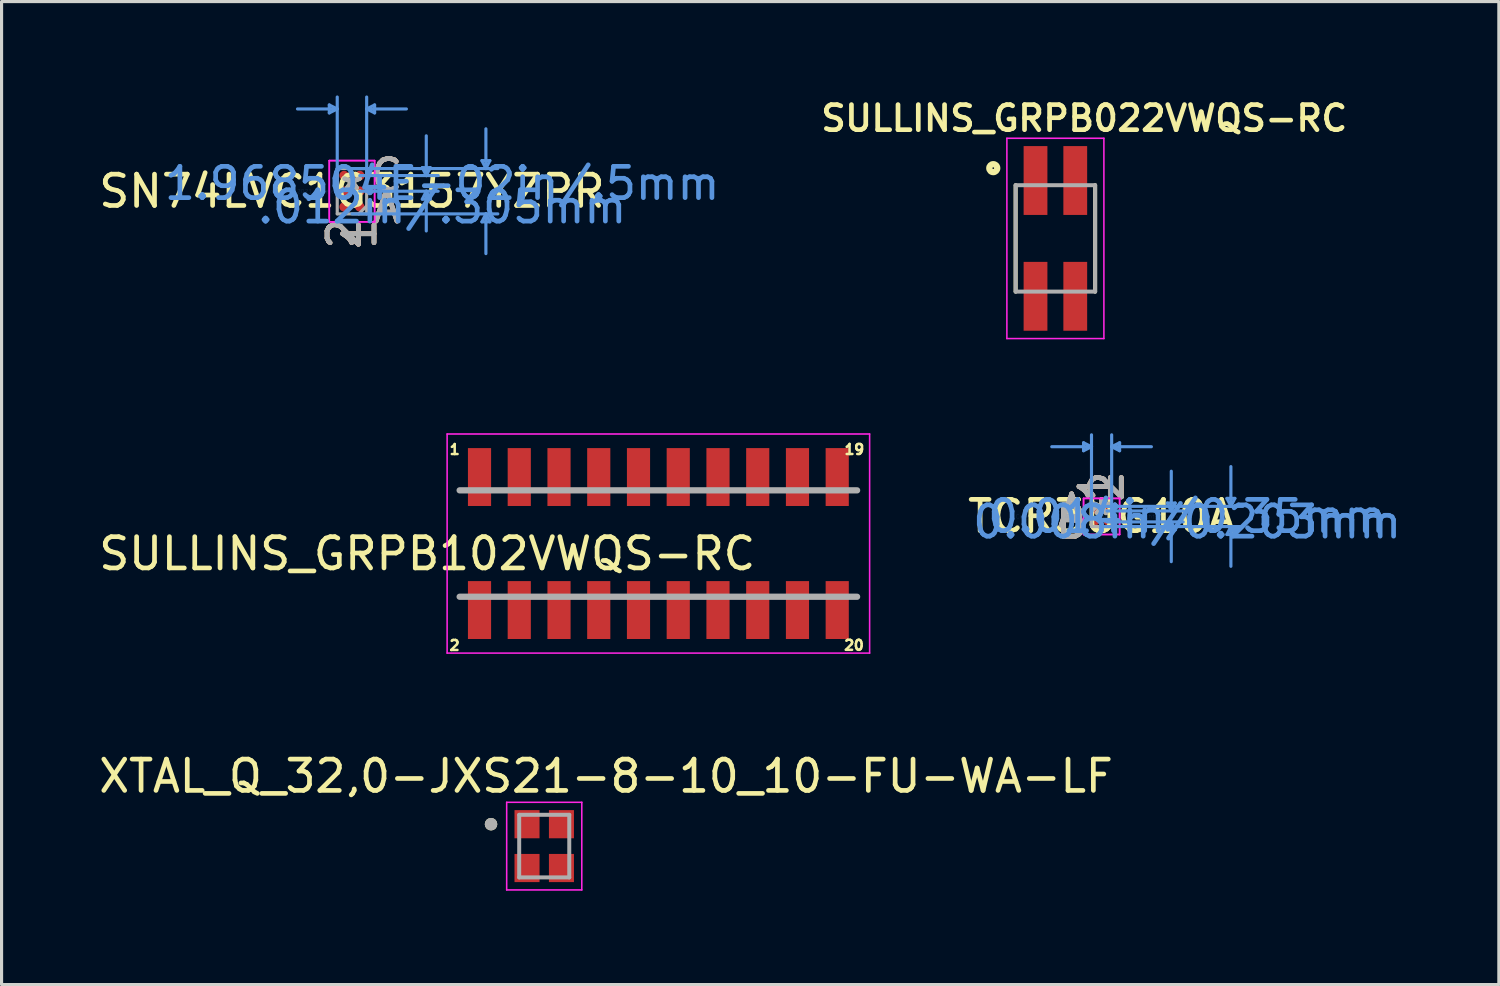
<source format=kicad_pcb>
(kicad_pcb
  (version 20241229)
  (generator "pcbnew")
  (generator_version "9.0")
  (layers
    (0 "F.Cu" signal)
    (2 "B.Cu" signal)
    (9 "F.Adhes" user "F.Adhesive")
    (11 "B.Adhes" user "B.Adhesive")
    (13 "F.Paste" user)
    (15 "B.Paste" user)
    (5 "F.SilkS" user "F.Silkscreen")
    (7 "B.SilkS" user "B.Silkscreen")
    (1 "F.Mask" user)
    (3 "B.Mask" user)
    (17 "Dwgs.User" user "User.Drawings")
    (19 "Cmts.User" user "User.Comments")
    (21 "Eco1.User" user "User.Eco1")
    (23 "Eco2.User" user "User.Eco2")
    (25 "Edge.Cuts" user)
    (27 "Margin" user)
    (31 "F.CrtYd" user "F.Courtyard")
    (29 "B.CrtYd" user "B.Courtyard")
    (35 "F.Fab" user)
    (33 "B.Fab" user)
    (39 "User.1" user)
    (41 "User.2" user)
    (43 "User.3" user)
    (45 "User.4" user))
  (footprint "SN74LVC1G3157YZPR"
    (layer "F.Cu")
    (at 8.196 3.06)
    (property "Reference" "SN74LVC1G3157YZPR" (at 0 0 0) (layer "F.SilkS") (effects (font (size 1 1) (thickness 0.15))))
    (attr through_hole)
    (fp_line (start -0.724 -2.756) (end -0.724 -2.502) (stroke (width 0.1) (type solid)) (layer "Cmts.User"))
    (fp_line (start -0.47 -2.629) (end -1.74 -2.629) (stroke (width 0.1) (type solid)) (layer "Cmts.User"))
    (fp_line (start -0.47 -2.629) (end -0.724 -2.756) (stroke (width 0.1) (type solid)) (layer "Cmts.User"))
    (fp_line (start -0.47 -2.629) (end -0.724 -2.502) (stroke (width 0.1) (type solid)) (layer "Cmts.User"))
    (fp_line (start -0.47 0) (end -0.47 -3.01) (stroke (width 0.1) (type solid)) (layer "Cmts.User"))
    (fp_line (start 0 -0.724) (end 4.661 -0.724) (stroke (width 0.1) (type solid)) (layer "Cmts.User"))
    (fp_line (start 0 0.724) (end 4.661 0.724) (stroke (width 0.1) (type solid)) (layer "Cmts.User"))
    (fp_line (start 0.25 -0.5) (end 2.756 -0.5) (stroke (width 0.1) (type solid)) (layer "Cmts.User"))
    (fp_line (start 0.25 0) (end 2.756 0) (stroke (width 0.1) (type solid)) (layer "Cmts.User"))
    (fp_line (start 0.47 -2.629) (end 0.724 -2.756) (stroke (width 0.1) (type solid)) (layer "Cmts.User"))
    (fp_line (start 0.47 -2.629) (end 0.724 -2.502) (stroke (width 0.1) (type solid)) (layer "Cmts.User"))
    (fp_line (start 0.47 -2.629) (end 1.74 -2.629) (stroke (width 0.1) (type solid)) (layer "Cmts.User"))
    (fp_line (start 0.47 0) (end 0.47 -3.01) (stroke (width 0.1) (type solid)) (layer "Cmts.User"))
    (fp_line (start 0.724 -2.756) (end 0.724 -2.502) (stroke (width 0.1) (type solid)) (layer "Cmts.User"))
    (fp_line (start 2.248 -0.754) (end 2.502 -0.754) (stroke (width 0.1) (type solid)) (layer "Cmts.User"))
    (fp_line (start 2.248 0.254) (end 2.502 0.254) (stroke (width 0.1) (type solid)) (layer "Cmts.User"))
    (fp_line (start 2.375 -0.5) (end 2.248 -0.754) (stroke (width 0.1) (type solid)) (layer "Cmts.User"))
    (fp_line (start 2.375 -0.5) (end 2.375 -1.77) (stroke (width 0.1) (type solid)) (layer "Cmts.User"))
    (fp_line (start 2.375 -0.5) (end 2.502 -0.754) (stroke (width 0.1) (type solid)) (layer "Cmts.User"))
    (fp_line (start 2.375 0) (end 2.248 0.254) (stroke (width 0.1) (type solid)) (layer "Cmts.User"))
    (fp_line (start 2.375 0) (end 2.375 1.27) (stroke (width 0.1) (type solid)) (layer "Cmts.User"))
    (fp_line (start 2.375 0) (end 2.502 0.254) (stroke (width 0.1) (type solid)) (layer "Cmts.User"))
    (fp_line (start 4.153 -0.978) (end 4.407 -0.978) (stroke (width 0.1) (type solid)) (layer "Cmts.User"))
    (fp_line (start 4.153 0.978) (end 4.407 0.978) (stroke (width 0.1) (type solid)) (layer "Cmts.User"))
    (fp_line (start 4.28 -0.724) (end 4.153 -0.978) (stroke (width 0.1) (type solid)) (layer "Cmts.User"))
    (fp_line (start 4.28 -0.724) (end 4.28 -1.994) (stroke (width 0.1) (type solid)) (layer "Cmts.User"))
    (fp_line (start 4.28 -0.724) (end 4.407 -0.978) (stroke (width 0.1) (type solid)) (layer "Cmts.User"))
    (fp_line (start 4.28 0.724) (end 4.153 0.978) (stroke (width 0.1) (type solid)) (layer "Cmts.User"))
    (fp_line (start 4.28 0.724) (end 4.28 1.994) (stroke (width 0.1) (type solid)) (layer "Cmts.User"))
    (fp_line (start 4.28 0.724) (end 4.407 0.978) (stroke (width 0.1) (type solid)) (layer "Cmts.User"))
    (fp_line (start -0.724 -0.978) (end 0.724 -0.978) (stroke (width 0.05) (type solid)) (layer "F.CrtYd"))
    (fp_line (start -0.724 -0.978) (end 0.724 -0.978) (stroke (width 0.05) (type solid)) (layer "F.CrtYd"))
    (fp_line (start -0.724 0.978) (end -0.724 -0.978) (stroke (width 0.05) (type solid)) (layer "F.CrtYd"))
    (fp_line (start -0.724 0.978) (end -0.724 -0.978) (stroke (width 0.05) (type solid)) (layer "F.CrtYd"))
    (fp_line (start 0.724 -0.978) (end 0.724 0.978) (stroke (width 0.05) (type solid)) (layer "F.CrtYd"))
    (fp_line (start 0.724 -0.978) (end 0.724 0.978) (stroke (width 0.05) (type solid)) (layer "F.CrtYd"))
    (fp_line (start 0.724 0.978) (end -0.724 0.978) (stroke (width 0.05) (type solid)) (layer "F.CrtYd"))
    (fp_line (start 0.724 0.978) (end -0.724 0.978) (stroke (width 0.05) (type solid)) (layer "F.CrtYd"))
    (fp_line (start -0.47 -0.724) (end -0.47 0.724) (stroke (width 0.1) (type solid)) (layer "F.Fab"))
    (fp_line (start -0.47 0.724) (end 0.47 0.724) (stroke (width 0.1) (type solid)) (layer "F.Fab"))
    (fp_line (start 0.22 0.724) (end 0.47 0.474) (stroke (width 0.1) (type solid)) (layer "F.Fab"))
    (fp_line (start 0.47 -0.724) (end -0.47 -0.724) (stroke (width 0.1) (type solid)) (layer "F.Fab"))
    (fp_line (start 0.47 0.724) (end 0.47 -0.724) (stroke (width 0.1) (type solid)) (layer "F.Fab"))
    (fp_text user "1" (at 0.25 1.359 90) (layer "F.SilkS") (effects (font (size 1 1) (thickness 0.15))))
    (fp_text user "A" (at 1.105 0.5 0) (layer "F.SilkS") (effects (font (size 1 1) (thickness 0.15))))
    (fp_text user "2" (at -0.25 1.359 90) (layer "F.SilkS") (effects (font (size 1 1) (thickness 0.15))))
    (fp_text user "*" (at 0 0 0) (layer "F.SilkS") (effects (font (size 1 1) (thickness 0.15))))
    (fp_text user "C" (at 1.105 -0.5 0) (layer "F.SilkS") (effects (font (size 1 1) (thickness 0.15))))
    (fp_text user "1" (at 0.25 1.359 90) (layer "B.SilkS") (effects (font (size 1 1) (thickness 0.15))))
    (fp_text user "C" (at 1.105 -0.5 0) (layer "B.SilkS") (effects (font (size 1 1) (thickness 0.15))))
    (fp_text user "A" (at 1.105 0.5 0) (layer "B.SilkS") (effects (font (size 1 1) (thickness 0.15))))
    (fp_text user "2" (at -0.25 1.359 90) (layer "B.SilkS") (effects (font (size 1 1) (thickness 0.15))))
    (fp_text user ".012in/.305mm" (at 2.883 0.5 0) (layer "Cmts.User") (effects (font (size 1 1) (thickness 0.15))))
    (fp_text user "Copyright 2021 Accelerated Designs. All rights reserved." (at 0 0 0) (layer "Cmts.User") (effects (font (size 0.127 0.127) (thickness 0.002))))
    (fp_text user "1.968504E-02in/.5mm" (at 2.883 -0.25 0) (layer "Cmts.User") (effects (font (size 1 1) (thickness 0.15))))
    (fp_text user "1" (at 0.25 1.359 90) (layer "F.Fab") (effects (font (size 1 1) (thickness 0.15))))
    (fp_text user "2" (at -0.25 1.359 90) (layer "F.Fab") (effects (font (size 1 1) (thickness 0.15))))
    (fp_text user "A" (at 1.105 0.5 0) (layer "F.Fab") (effects (font (size 1 1) (thickness 0.15))))
    (fp_text user "C" (at 1.105 -0.5 0) (layer "F.Fab") (effects (font (size 1 1) (thickness 0.15))))
    (fp_text user "*" (at 0 0 0) (layer "F.Fab") (effects (font (size 1 1) (thickness 0.15))))
    (pad "A1" smd circle (at 0.25 0.5) (size 0.305 0.305) (layers "F.Cu" "F.Mask" "F.Paste"))
    (pad "A2" smd circle (at -0.25 0.5) (size 0.305 0.305) (layers "F.Cu" "F.Mask" "F.Paste"))
    (pad "B1" smd circle (at 0.25 0) (size 0.305 0.305) (layers "F.Cu" "F.Mask" "F.Paste"))
    (pad "B2" smd circle (at -0.25 0) (size 0.305 0.305) (layers "F.Cu" "F.Mask" "F.Paste"))
    (pad "C1" smd circle (at 0.25 -0.5) (size 0.305 0.305) (layers "F.Cu" "F.Mask" "F.Paste"))
    (pad "C2" smd circle (at -0.25 -0.5) (size 0.305 0.305) (layers "F.Cu" "F.Mask" "F.Paste")))
  (footprint "TCR3UG10A"
    (layer "F.Cu")
    (at 32.149 13.452)
    (property "Reference" "TCR3UG10A" (at 0 0 0) (layer "F.SilkS") (effects (font (size 1 1) (thickness 0.15))))
    (attr through_hole)
    (fp_line (start -0.576 -2.354) (end -0.576 -2.1) (stroke (width 0.1) (type solid)) (layer "Cmts.User"))
    (fp_line (start -0.322 -2.228) (end -1.592 -2.228) (stroke (width 0.1) (type solid)) (layer "Cmts.User"))
    (fp_line (start -0.322 -2.228) (end -0.576 -2.354) (stroke (width 0.1) (type solid)) (layer "Cmts.User"))
    (fp_line (start -0.322 -2.228) (end -0.576 -2.1) (stroke (width 0.1) (type solid)) (layer "Cmts.User"))
    (fp_line (start -0.322 0) (end -0.322 -2.608) (stroke (width 0.1) (type solid)) (layer "Cmts.User"))
    (fp_line (start 0 -0.323) (end 4.513 -0.323) (stroke (width 0.1) (type solid)) (layer "Cmts.User"))
    (fp_line (start 0 0.323) (end 4.513 0.323) (stroke (width 0.1) (type solid)) (layer "Cmts.User"))
    (fp_line (start 0.175 -0.175) (end 2.608 -0.175) (stroke (width 0.1) (type solid)) (layer "Cmts.User"))
    (fp_line (start 0.175 0.175) (end 2.608 0.175) (stroke (width 0.1) (type solid)) (layer "Cmts.User"))
    (fp_line (start 0.322 -2.228) (end 0.576 -2.354) (stroke (width 0.1) (type solid)) (layer "Cmts.User"))
    (fp_line (start 0.322 -2.228) (end 0.576 -2.1) (stroke (width 0.1) (type solid)) (layer "Cmts.User"))
    (fp_line (start 0.322 -2.228) (end 1.592 -2.228) (stroke (width 0.1) (type solid)) (layer "Cmts.User"))
    (fp_line (start 0.322 0) (end 0.322 -2.608) (stroke (width 0.1) (type solid)) (layer "Cmts.User"))
    (fp_line (start 0.576 -2.354) (end 0.576 -2.1) (stroke (width 0.1) (type solid)) (layer "Cmts.User"))
    (fp_line (start 2.1 -0.429) (end 2.354 -0.429) (stroke (width 0.1) (type solid)) (layer "Cmts.User"))
    (fp_line (start 2.1 0.429) (end 2.354 0.429) (stroke (width 0.1) (type solid)) (layer "Cmts.User"))
    (fp_line (start 2.227 -0.175) (end 2.1 -0.429) (stroke (width 0.1) (type solid)) (layer "Cmts.User"))
    (fp_line (start 2.227 -0.175) (end 2.227 -1.445) (stroke (width 0.1) (type solid)) (layer "Cmts.User"))
    (fp_line (start 2.227 -0.175) (end 2.354 -0.429) (stroke (width 0.1) (type solid)) (layer "Cmts.User"))
    (fp_line (start 2.227 0.175) (end 2.1 0.429) (stroke (width 0.1) (type solid)) (layer "Cmts.User"))
    (fp_line (start 2.227 0.175) (end 2.227 1.445) (stroke (width 0.1) (type solid)) (layer "Cmts.User"))
    (fp_line (start 2.227 0.175) (end 2.354 0.429) (stroke (width 0.1) (type solid)) (layer "Cmts.User"))
    (fp_line (start 4.005 -0.577) (end 4.259 -0.577) (stroke (width 0.1) (type solid)) (layer "Cmts.User"))
    (fp_line (start 4.005 0.577) (end 4.259 0.577) (stroke (width 0.1) (type solid)) (layer "Cmts.User"))
    (fp_line (start 4.132 -0.323) (end 4.005 -0.577) (stroke (width 0.1) (type solid)) (layer "Cmts.User"))
    (fp_line (start 4.132 -0.323) (end 4.132 -1.593) (stroke (width 0.1) (type solid)) (layer "Cmts.User"))
    (fp_line (start 4.132 -0.323) (end 4.259 -0.577) (stroke (width 0.1) (type solid)) (layer "Cmts.User"))
    (fp_line (start 4.132 0.323) (end 4.005 0.577) (stroke (width 0.1) (type solid)) (layer "Cmts.User"))
    (fp_line (start 4.132 0.323) (end 4.132 1.593) (stroke (width 0.1) (type solid)) (layer "Cmts.User"))
    (fp_line (start 4.132 0.323) (end 4.259 0.577) (stroke (width 0.1) (type solid)) (layer "Cmts.User"))
    (fp_line (start -0.576 -0.577) (end 0.576 -0.577) (stroke (width 0.05) (type solid)) (layer "F.CrtYd"))
    (fp_line (start -0.576 -0.577) (end 0.576 -0.577) (stroke (width 0.05) (type solid)) (layer "F.CrtYd"))
    (fp_line (start -0.576 0.577) (end -0.576 -0.577) (stroke (width 0.05) (type solid)) (layer "F.CrtYd"))
    (fp_line (start -0.576 0.577) (end -0.576 -0.577) (stroke (width 0.05) (type solid)) (layer "F.CrtYd"))
    (fp_line (start 0.576 -0.577) (end 0.576 0.577) (stroke (width 0.05) (type solid)) (layer "F.CrtYd"))
    (fp_line (start 0.576 -0.577) (end 0.576 0.577) (stroke (width 0.05) (type solid)) (layer "F.CrtYd"))
    (fp_line (start 0.576 0.577) (end -0.576 0.577) (stroke (width 0.05) (type solid)) (layer "F.CrtYd"))
    (fp_line (start 0.576 0.577) (end -0.576 0.577) (stroke (width 0.05) (type solid)) (layer "F.CrtYd"))
    (fp_line (start -0.322 -0.323) (end -0.322 0.323) (stroke (width 0.1) (type solid)) (layer "F.Fab"))
    (fp_line (start -0.322 0.323) (end 0.322 0.323) (stroke (width 0.1) (type solid)) (layer "F.Fab"))
    (fp_line (start -0.147 -0.323) (end -0.322 -0.147) (stroke (width 0.1) (type solid)) (layer "F.Fab"))
    (fp_line (start 0.322 -0.323) (end -0.322 -0.323) (stroke (width 0.1) (type solid)) (layer "F.Fab"))
    (fp_line (start 0.322 0.323) (end 0.322 -0.323) (stroke (width 0.1) (type solid)) (layer "F.Fab"))
    (fp_text user "2" (at 0.175 -0.958 90) (layer "F.SilkS") (effects (font (size 1 1) (thickness 0.15))))
    (fp_text user "B" (at -0.957 0.175 0) (layer "F.SilkS") (effects (font (size 1 1) (thickness 0.15))))
    (fp_text user "1" (at -0.175 -0.958 90) (layer "F.SilkS") (effects (font (size 1 1) (thickness 0.15))))
    (fp_text user "*" (at 0 0 0) (layer "F.SilkS") (effects (font (size 1 1) (thickness 0.15))))
    (fp_text user "A" (at -0.957 -0.175 0) (layer "F.SilkS") (effects (font (size 1 1) (thickness 0.15))))
    (fp_text user "1" (at -0.175 -0.958 90) (layer "B.SilkS") (effects (font (size 1 1) (thickness 0.15))))
    (fp_text user "2" (at 0.175 -0.958 90) (layer "B.SilkS") (effects (font (size 1 1) (thickness 0.15))))
    (fp_text user "A" (at -0.957 -0.175 0) (layer "B.SilkS") (effects (font (size 1 1) (thickness 0.15))))
    (fp_text user "B" (at -0.957 0.175 0) (layer "B.SilkS") (effects (font (size 1 1) (thickness 0.15))))
    (fp_text user "0.014in/0.35mm" (at 2.735 0 0) (layer "Cmts.User") (effects (font (size 1 1) (thickness 0.15))))
    (fp_text user "0.008in/0.203mm" (at 2.735 0.175 0) (layer "Cmts.User") (effects (font (size 1 1) (thickness 0.15))))
    (fp_text user "Copyright 2021 Accelerated Designs. All rights reserved." (at 0 0 0) (layer "Cmts.User") (effects (font (size 0.127 0.127) (thickness 0.002))))
    (fp_text user "2" (at 0.175 -0.958 90) (layer "F.Fab") (effects (font (size 1 1) (thickness 0.15))))
    (fp_text user "B" (at -0.957 0.175 0) (layer "F.Fab") (effects (font (size 1 1) (thickness 0.15))))
    (fp_text user "A" (at -0.957 -0.175 0) (layer "F.Fab") (effects (font (size 1 1) (thickness 0.15))))
    (fp_text user "1" (at -0.175 -0.958 90) (layer "F.Fab") (effects (font (size 1 1) (thickness 0.15))))
    (fp_text user "*" (at 0 0 0) (layer "F.Fab") (effects (font (size 1 1) (thickness 0.15))))
    (pad "A1" smd circle (at -0.175 -0.175) (size 0.203 0.203) (layers "F.Cu" "F.Mask" "F.Paste"))
    (pad "A2" smd circle (at 0.175 -0.175) (size 0.203 0.203) (layers "F.Cu" "F.Mask" "F.Paste"))
    (pad "B1" smd circle (at -0.175 0.175) (size 0.203 0.203) (layers "F.Cu" "F.Mask" "F.Paste"))
    (pad "B2" smd circle (at 0.175 0.175) (size 0.203 0.203) (layers "F.Cu" "F.Mask" "F.Paste")))
  (footprint "SULLINS_GRPB022VWQS-RC"
    (layer "F.Cu")
    (at 30.673 4.568)
    (property "Reference" "SULLINS_GRPB022VWQS-RC" (at 0.921 -3.837 0) (layer "F.SilkS") (effects (font (size 0.801 0.801) (thickness 0.15))))
    (attr smd)
    (fp_line (start -1.27 1.7) (end -1.27 -1.7) (stroke (width 0.127) (type solid)) (layer "F.SilkS"))
    (fp_line (start 1.27 1.7) (end 1.27 -1.7) (stroke (width 0.127) (type solid)) (layer "F.SilkS"))
    (fp_circle (center -1.985 -2.245) (end -1.858 -2.245) (stroke (width 0.2) (type solid)) (fill no) (layer "F.SilkS"))
    (fp_line (start -1.55 -3.2) (end 1.55 -3.2) (stroke (width 0.05) (type solid)) (layer "F.CrtYd"))
    (fp_line (start -1.55 3.2) (end -1.55 -3.2) (stroke (width 0.05) (type solid)) (layer "F.CrtYd"))
    (fp_line (start 1.55 -3.2) (end 1.55 3.2) (stroke (width 0.05) (type solid)) (layer "F.CrtYd"))
    (fp_line (start 1.55 3.2) (end -1.55 3.2) (stroke (width 0.05) (type solid)) (layer "F.CrtYd"))
    (fp_line (start -1.27 -1.7) (end 1.27 -1.7) (stroke (width 0.127) (type solid)) (layer "F.Fab"))
    (fp_line (start -1.27 1.7) (end -1.27 -1.7) (stroke (width 0.127) (type solid)) (layer "F.Fab"))
    (fp_line (start 1.27 -1.7) (end 1.27 1.7) (stroke (width 0.127) (type solid)) (layer "F.Fab"))
    (fp_line (start 1.27 1.7) (end -1.27 1.7) (stroke (width 0.127) (type solid)) (layer "F.Fab"))
    (pad "1" smd rect (at -0.635 -1.85 90) (size 2.2 0.76) (layers "F.Cu" "F.Mask" "F.Paste"))
    (pad "2" smd rect (at -0.635 1.85 90) (size 2.2 0.76) (layers "F.Cu" "F.Mask" "F.Paste"))
    (pad "3" smd rect (at 0.635 -1.85 90) (size 2.2 0.76) (layers "F.Cu" "F.Mask" "F.Paste"))
    (pad "4" smd rect (at 0.635 1.85 90) (size 2.2 0.76) (layers "F.Cu" "F.Mask" "F.Paste")))
  (footprint "XTAL_Q_32,0-JXS21-8-10_10-FU-WA-LF"
    (layer "F.Cu")
    (at 14.34 23.986)
    (property "Reference" "XTAL_Q_32,0-JXS21-8-10_10-FU-WA-LF" (at 1.975 -2.235 0) (layer "F.SilkS") (effects (font (size 1 1) (thickness 0.15))))
    (attr smd)
    (fp_circle (center -1.7 -0.7) (end -1.6 -0.7) (stroke (width 0.2) (type solid)) (fill no) (layer "F.SilkS"))
    (fp_line (start -1.2 -1.4) (end -1.2 1.4) (stroke (width 0.05) (type solid)) (layer "F.CrtYd"))
    (fp_line (start -1.2 -1.4) (end 1.2 -1.4) (stroke (width 0.05) (type solid)) (layer "F.CrtYd"))
    (fp_line (start 1.2 -1.4) (end 1.2 1.4) (stroke (width 0.05) (type solid)) (layer "F.CrtYd"))
    (fp_line (start 1.2 1.4) (end -1.2 1.4) (stroke (width 0.05) (type solid)) (layer "F.CrtYd"))
    (fp_line (start -0.8 -1) (end -0.8 1) (stroke (width 0.127) (type solid)) (layer "F.Fab"))
    (fp_line (start -0.8 -1) (end 0.8 -1) (stroke (width 0.127) (type solid)) (layer "F.Fab"))
    (fp_line (start 0.8 -1) (end 0.8 1) (stroke (width 0.127) (type solid)) (layer "F.Fab"))
    (fp_line (start 0.8 1) (end -0.8 1) (stroke (width 0.127) (type solid)) (layer "F.Fab"))
    (fp_circle (center -1.7 -0.7) (end -1.6 -0.7) (stroke (width 0.2) (type solid)) (fill no) (layer "F.Fab"))
    (pad "1" smd rect (at -0.55 -0.7) (size 0.8 0.9) (layers "F.Cu" "F.Mask" "F.Paste"))
    (pad "2" smd rect (at -0.55 0.7) (size 0.8 0.9) (layers "F.Cu" "F.Mask" "F.Paste"))
    (pad "3" smd rect (at 0.55 0.7) (size 0.8 0.9) (layers "F.Cu" "F.Mask" "F.Paste"))
    (pad "4" smd rect (at 0.55 -0.7) (size 0.8 0.9) (layers "F.Cu" "F.Mask" "F.Paste")))
  (footprint "SULLINS_GRPB102VWQS-RC"
    (layer "F.Cu")
    (at 17.987 14.318)
    (property "Reference" "SULLINS_GRPB102VWQS-RC" (at -7.386 0.325 180) (layer "F.SilkS") (effects (font (size 1 1) (thickness 0.15))))
    (attr smd)
    (fp_line (start -6.75 -3.5) (end 6.75 -3.5) (stroke (width 0.05) (type solid)) (layer "F.CrtYd"))
    (fp_line (start -6.75 3.5) (end -6.75 -3.5) (stroke (width 0.05) (type solid)) (layer "F.CrtYd"))
    (fp_line (start 6.75 -3.5) (end 6.75 3.5) (stroke (width 0.05) (type solid)) (layer "F.CrtYd"))
    (fp_line (start 6.75 3.5) (end -6.75 3.5) (stroke (width 0.05) (type solid)) (layer "F.CrtYd"))
    (fp_line (start -6.35 -1.7) (end 6.35 -1.7) (stroke (width 0.2) (type solid)) (layer "F.Fab"))
    (fp_line (start 6.35 1.7) (end -6.35 1.7) (stroke (width 0.2) (type solid)) (layer "F.Fab"))
    (fp_text user "20" (at 6.251 3.251 0) (layer "F.SilkS") (effects (font (size 0.32 0.32) (thickness 0.15))))
    (fp_text user "19" (at 6.262 -3.006 0) (layer "F.SilkS") (effects (font (size 0.321 0.321) (thickness 0.15))))
    (fp_text user "2" (at -6.512 3.256 0) (layer "F.SilkS") (effects (font (size 0.321 0.321) (thickness 0.15))))
    (fp_text user "1" (at -6.508 -3.004 0) (layer "F.SilkS") (effects (font (size 0.32 0.32) (thickness 0.15))))
    (pad "1" smd rect (at -5.715 -2.125) (size 0.74 1.85) (layers "F.Cu" "F.Mask" "F.Paste"))
    (pad "2" smd rect (at -5.715 2.125) (size 0.74 1.85) (layers "F.Cu" "F.Mask" "F.Paste"))
    (pad "3" smd rect (at -4.445 -2.125) (size 0.74 1.85) (layers "F.Cu" "F.Mask" "F.Paste"))
    (pad "4" smd rect (at -4.445 2.125) (size 0.74 1.85) (layers "F.Cu" "F.Mask" "F.Paste"))
    (pad "5" smd rect (at -3.175 -2.125) (size 0.74 1.85) (layers "F.Cu" "F.Mask" "F.Paste"))
    (pad "6" smd rect (at -3.175 2.125) (size 0.74 1.85) (layers "F.Cu" "F.Mask" "F.Paste"))
    (pad "7" smd rect (at -1.905 -2.125) (size 0.74 1.85) (layers "F.Cu" "F.Mask" "F.Paste"))
    (pad "8" smd rect (at -1.905 2.125) (size 0.74 1.85) (layers "F.Cu" "F.Mask" "F.Paste"))
    (pad "9" smd rect (at -0.635 -2.125) (size 0.74 1.85) (layers "F.Cu" "F.Mask" "F.Paste"))
    (pad "10" smd rect (at -0.635 2.125) (size 0.74 1.85) (layers "F.Cu" "F.Mask" "F.Paste"))
    (pad "11" smd rect (at 0.635 -2.125) (size 0.74 1.85) (layers "F.Cu" "F.Mask" "F.Paste"))
    (pad "12" smd rect (at 0.635 2.125) (size 0.74 1.85) (layers "F.Cu" "F.Mask" "F.Paste"))
    (pad "13" smd rect (at 1.905 -2.125) (size 0.74 1.85) (layers "F.Cu" "F.Mask" "F.Paste"))
    (pad "14" smd rect (at 1.905 2.125) (size 0.74 1.85) (layers "F.Cu" "F.Mask" "F.Paste"))
    (pad "15" smd rect (at 3.175 -2.125) (size 0.74 1.85) (layers "F.Cu" "F.Mask" "F.Paste"))
    (pad "16" smd rect (at 3.175 2.125) (size 0.74 1.85) (layers "F.Cu" "F.Mask" "F.Paste"))
    (pad "17" smd rect (at 4.445 -2.125) (size 0.74 1.85) (layers "F.Cu" "F.Mask" "F.Paste"))
    (pad "18" smd rect (at 4.445 2.125) (size 0.74 1.85) (layers "F.Cu" "F.Mask" "F.Paste"))
    (pad "19" smd rect (at 5.715 -2.125) (size 0.74 1.85) (layers "F.Cu" "F.Mask" "F.Paste"))
    (pad "20" smd rect (at 5.715 2.125) (size 0.74 1.85) (layers "F.Cu" "F.Mask" "F.Paste")))
  (gr_rect
    (start -3 -3)
    (end 44.843 28.411)
    (stroke (width 0.1) (type default))
    (fill no)
    (layer "Edge.Cuts")))
</source>
